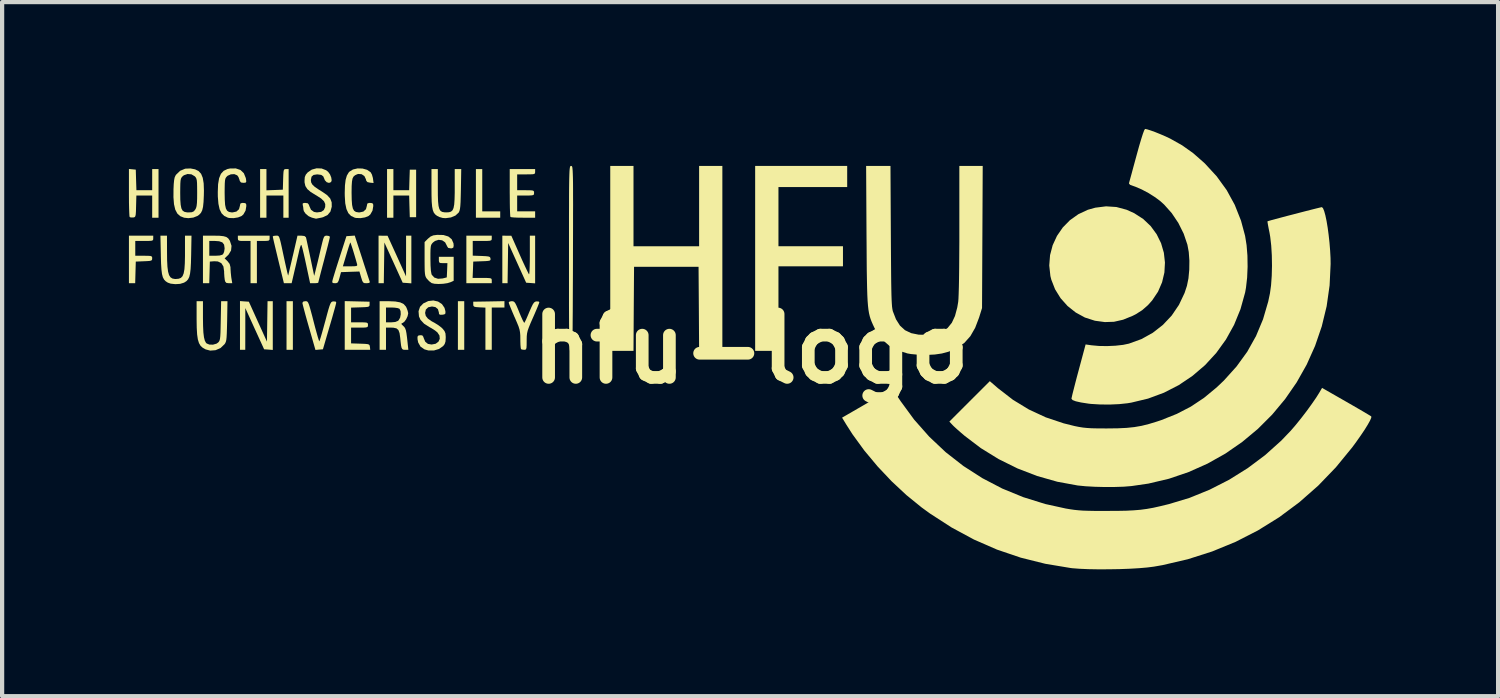
<source format=kicad_pcb>
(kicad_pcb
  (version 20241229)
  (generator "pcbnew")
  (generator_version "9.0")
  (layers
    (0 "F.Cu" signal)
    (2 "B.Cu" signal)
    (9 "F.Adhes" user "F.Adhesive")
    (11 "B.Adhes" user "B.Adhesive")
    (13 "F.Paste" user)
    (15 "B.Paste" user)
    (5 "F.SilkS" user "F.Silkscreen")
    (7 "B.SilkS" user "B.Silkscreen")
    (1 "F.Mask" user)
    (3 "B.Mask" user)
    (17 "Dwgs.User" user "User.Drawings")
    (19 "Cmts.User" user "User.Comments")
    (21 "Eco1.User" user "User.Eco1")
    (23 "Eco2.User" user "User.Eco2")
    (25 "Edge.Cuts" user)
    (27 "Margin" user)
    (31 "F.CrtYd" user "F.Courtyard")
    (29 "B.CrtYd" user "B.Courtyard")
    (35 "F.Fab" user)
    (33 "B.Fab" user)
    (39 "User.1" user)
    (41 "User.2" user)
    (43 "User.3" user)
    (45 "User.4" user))
  (footprint "hfu-logo"
    (layer "F.Cu")
    (at 14.714 5.2)
    (property "Reference" "hfu-logo" (at 0 0 180) (layer "F.SilkS") (effects (font (size 1.5 1.5) (thickness 0.3))))
    (attr board_only exclude_from_pos_files exclude_from_bom allow_missing_courtyard)
    (fp_poly (pts (xy -10.836 -0.55) (xy -10.836 0.025) (xy -10.911 0.025) (xy -10.986 0.025) (xy -10.986 -0.55) (xy -10.986 -1.125) (xy -10.911 -1.125) (xy -10.836 -1.125)) (stroke (width 0) (type solid)) (fill yes) (layer "F.SilkS"))
    (fp_poly (pts (xy -6.782 -0.55) (xy -6.782 0.025) (xy -6.857 0.025) (xy -6.932 0.025) (xy -6.932 -0.55) (xy -6.932 -1.125) (xy -6.857 -1.125) (xy -6.782 -1.125)) (stroke (width 0) (type solid)) (fill yes) (layer "F.SilkS"))
    (fp_poly (pts (xy -6.356 -3.75) (xy -6.356 -3.25) (xy -6.144 -3.25) (xy -5.931 -3.25) (xy -5.931 -3.175) (xy -5.931 -3.1) (xy -6.219 -3.1) (xy -6.506 -3.1) (xy -6.506 -3.675) (xy -6.506 -4.25) (xy -6.431 -4.25) (xy -6.356 -4.25)) (stroke (width 0) (type solid)) (fill yes) (layer "F.SilkS"))
    (fp_poly (pts (xy -5.831 -1.051) (xy -5.831 -0.975) (xy -5.981 -0.975) (xy -6.131 -0.975) (xy -6.131 -0.475) (xy -6.131 0.025) (xy -6.206 0.025) (xy -6.281 0.025) (xy -6.281 -0.474) (xy -6.281 -0.973) (xy -6.425 -0.98) (xy -6.506 -0.986) (xy -6.549 -0.997) (xy -6.566 -1.018) (xy -6.569 -1.05) (xy -6.569 -1.113) (xy -6.2 -1.119) (xy -5.831 -1.126)) (stroke (width 0) (type solid)) (fill yes) (layer "F.SilkS"))
    (fp_poly (pts (xy -11.982 -1.12) (xy -11.877 -1.113) (xy -11.663 -0.64) (xy -11.449 -0.168) (xy -11.442 -0.646) (xy -11.435 -1.125) (xy -11.373 -1.125) (xy -11.311 -1.125) (xy -11.311 -0.549) (xy -11.311 0.028) (xy -11.414 0.02) (xy -11.516 0.013) (xy -11.739 -0.475) (xy -11.961 -0.963) (xy -11.961 -0.469) (xy -11.962 0.025) (xy -12.024 0.025) (xy -12.087 0.025) (xy -12.087 -0.551) (xy -12.087 -1.128)) (stroke (width 0) (type solid)) (fill yes) (layer "F.SilkS"))
    (fp_poly (pts (xy -8.033 -2.111) (xy -8.033 -1.547) (xy -8.135 -1.555) (xy -8.238 -1.562) (xy -8.454 -2.038) (xy -8.671 -2.513) (xy -8.678 -2.031) (xy -8.685 -1.55) (xy -8.747 -1.55) (xy -8.809 -1.55) (xy -8.809 -2.112) (xy -8.809 -2.675) (xy -8.702 -2.674) (xy -8.596 -2.673) (xy -8.377 -2.193) (xy -8.159 -1.712) (xy -8.158 -2.194) (xy -8.158 -2.675) (xy -8.095 -2.675) (xy -8.033 -2.675)) (stroke (width 0) (type solid)) (fill yes) (layer "F.SilkS"))
    (fp_poly (pts (xy 2.277 -4.075) (xy 2.277 -3.825) (xy 1.464 -3.825) (xy 0.651 -3.825) (xy 0.651 -3.125) (xy 0.651 -2.425) (xy 1.414 -2.425) (xy 2.177 -2.425) (xy 2.177 -2.188) (xy 2.177 -1.95) (xy 1.414 -1.95) (xy 0.651 -1.95) (xy 0.651 -0.95) (xy 0.651 0.05) (xy 0.375 0.05) (xy 0.1 0.05) (xy 0.1 -2.138) (xy 0.1 -4.325) (xy 1.189 -4.325) (xy 2.277 -4.325)) (stroke (width 0) (type solid)) (fill yes) (layer "F.SilkS"))
    (fp_poly (pts (xy -11.386 -2.612) (xy -11.389 -2.578) (xy -11.407 -2.559) (xy -11.45 -2.552) (xy -11.531 -2.55) (xy -11.536 -2.55) (xy -11.687 -2.55) (xy -11.687 -2.05) (xy -11.687 -1.55) (xy -11.762 -1.55) (xy -11.837 -1.55) (xy -11.837 -2.05) (xy -11.837 -2.55) (xy -11.987 -2.55) (xy -12.07 -2.551) (xy -12.115 -2.559) (xy -12.133 -2.577) (xy -12.137 -2.61) (xy -12.137 -2.612) (xy -12.137 -2.675) (xy -11.762 -2.675) (xy -11.386 -2.675)) (stroke (width 0) (type solid)) (fill yes) (layer "F.SilkS"))
    (fp_poly (pts (xy -8.458 -4) (xy -8.458 -3.75) (xy -8.272 -3.75) (xy -8.085 -3.75) (xy -8.078 -3.994) (xy -8.07 -4.237) (xy -7.995 -4.237) (xy -7.92 -4.237) (xy -7.92 -3.675) (xy -7.92 -3.112) (xy -7.995 -3.112) (xy -8.07 -3.112) (xy -8.078 -3.369) (xy -8.085 -3.625) (xy -8.272 -3.625) (xy -8.458 -3.625) (xy -8.458 -3.362) (xy -8.458 -3.1) (xy -8.533 -3.1) (xy -8.608 -3.1) (xy -8.608 -3.675) (xy -8.608 -4.25) (xy -8.533 -4.25) (xy -8.458 -4.25)) (stroke (width 0) (type solid)) (fill yes) (layer "F.SilkS"))
    (fp_poly (pts (xy -2.778 -3.375) (xy -2.778 -2.425) (xy -2.002 -2.425) (xy -1.226 -2.425) (xy -1.226 -3.375) (xy -1.226 -4.325) (xy -0.951 -4.325) (xy -0.676 -4.325) (xy -0.676 -2.138) (xy -0.676 0.05) (xy -0.951 0.05) (xy -1.226 0.05) (xy -1.232 -0.944) (xy -1.239 -1.938) (xy -2.002 -1.938) (xy -2.765 -1.938) (xy -2.772 -0.944) (xy -2.778 0.05) (xy -3.053 0.05) (xy -3.328 0.05) (xy -3.328 -2.138) (xy -3.328 -4.325) (xy -3.053 -4.325) (xy -2.778 -4.325)) (stroke (width 0) (type solid)) (fill yes) (layer "F.SilkS"))
    (fp_poly (pts (xy -11.461 -3.999) (xy -11.461 -3.748) (xy -11.267 -3.755) (xy -11.073 -3.763) (xy -11.066 -4.006) (xy -11.062 -4.118) (xy -11.057 -4.189) (xy -11.048 -4.228) (xy -11.033 -4.246) (xy -11.008 -4.25) (xy -10.997 -4.25) (xy -10.936 -4.25) (xy -10.936 -3.675) (xy -10.936 -3.1) (xy -10.998 -3.1) (xy -11.061 -3.1) (xy -11.061 -3.362) (xy -11.061 -3.625) (xy -11.261 -3.625) (xy -11.461 -3.625) (xy -11.461 -3.362) (xy -11.461 -3.1) (xy -11.536 -3.1) (xy -11.611 -3.1) (xy -11.611 -3.675) (xy -11.611 -4.25) (xy -11.536 -4.25) (xy -11.461 -4.25)) (stroke (width 0) (type solid)) (fill yes) (layer "F.SilkS"))
    (fp_poly (pts (xy -14.139 -2.612) (xy -14.141 -2.582) (xy -14.153 -2.564) (xy -14.186 -2.554) (xy -14.249 -2.551) (xy -14.352 -2.55) (xy -14.564 -2.55) (xy -14.564 -2.375) (xy -14.564 -2.2) (xy -14.364 -2.2) (xy -14.265 -2.199) (xy -14.205 -2.195) (xy -14.176 -2.184) (xy -14.165 -2.164) (xy -14.164 -2.139) (xy -14.167 -2.108) (xy -14.181 -2.089) (xy -14.219 -2.078) (xy -14.289 -2.073) (xy -14.358 -2.07) (xy -14.552 -2.062) (xy -14.559 -1.806) (xy -14.566 -1.55) (xy -14.64 -1.55) (xy -14.714 -1.55) (xy -14.714 -2.112) (xy -14.714 -2.675) (xy -14.427 -2.675) (xy -14.139 -2.675)) (stroke (width 0) (type solid)) (fill yes) (layer "F.SilkS"))
    (fp_poly (pts (xy -5.105 -2.111) (xy -5.105 -1.547) (xy -5.211 -1.555) (xy -5.317 -1.562) (xy -5.53 -2.032) (xy -5.743 -2.502) (xy -5.75 -2.026) (xy -5.757 -1.55) (xy -5.819 -1.55) (xy -5.881 -1.55) (xy -5.881 -2.112) (xy -5.881 -2.675) (xy -5.774 -2.674) (xy -5.668 -2.674) (xy -5.468 -2.222) (xy -5.406 -2.083) (xy -5.349 -1.96) (xy -5.302 -1.861) (xy -5.268 -1.792) (xy -5.25 -1.76) (xy -5.249 -1.759) (xy -5.243 -1.779) (xy -5.238 -1.841) (xy -5.234 -1.938) (xy -5.231 -2.063) (xy -5.23 -2.208) (xy -5.23 -2.211) (xy -5.23 -2.675) (xy -5.168 -2.675) (xy -5.105 -2.675)) (stroke (width 0) (type solid)) (fill yes) (layer "F.SilkS"))
    (fp_poly (pts (xy -14.633 -4.245) (xy -14.552 -4.237) (xy -14.545 -3.994) (xy -14.537 -3.75) (xy -14.351 -3.75) (xy -14.164 -3.75) (xy -14.164 -4) (xy -14.164 -4.25) (xy -14.089 -4.25) (xy -14.014 -4.25) (xy -14.014 -3.675) (xy -14.014 -3.1) (xy -14.089 -3.1) (xy -14.164 -3.1) (xy -14.164 -3.362) (xy -14.164 -3.625) (xy -14.351 -3.625) (xy -14.538 -3.625) (xy -14.545 -3.369) (xy -14.548 -3.254) (xy -14.553 -3.179) (xy -14.562 -3.136) (xy -14.577 -3.115) (xy -14.6 -3.107) (xy -14.615 -3.105) (xy -14.67 -3.106) (xy -14.697 -3.116) (xy -14.702 -3.145) (xy -14.706 -3.216) (xy -14.71 -3.323) (xy -14.713 -3.458) (xy -14.714 -3.614) (xy -14.714 -3.693) (xy -14.714 -4.253)) (stroke (width 0) (type solid)) (fill yes) (layer "F.SilkS"))
    (fp_poly (pts (xy -9.315 -1.12) (xy -9.021 -1.113) (xy -9.021 -1.05) (xy -9.023 -1.02) (xy -9.036 -1.001) (xy -9.07 -0.99) (xy -9.133 -0.984) (xy -9.237 -0.98) (xy -9.24 -0.98) (xy -9.459 -0.973) (xy -9.459 -0.799) (xy -9.459 -0.625) (xy -9.259 -0.625) (xy -9.16 -0.624) (xy -9.1 -0.62) (xy -9.071 -0.609) (xy -9.06 -0.589) (xy -9.059 -0.562) (xy -9.061 -0.532) (xy -9.074 -0.513) (xy -9.109 -0.504) (xy -9.175 -0.5) (xy -9.259 -0.5) (xy -9.459 -0.5) (xy -9.459 -0.313) (xy -9.459 -0.127) (xy -9.24 -0.12) (xy -9.135 -0.116) (xy -9.071 -0.11) (xy -9.035 -0.099) (xy -9.02 -0.079) (xy -9.014 -0.048) (xy -9.013 -0.044) (xy -9.006 0.025) (xy -9.308 0.025) (xy -9.609 0.025) (xy -9.609 -0.551) (xy -9.609 -1.127)) (stroke (width 0) (type solid)) (fill yes) (layer "F.SilkS"))
    (fp_poly (pts (xy -6.131 -2.612) (xy -6.133 -2.583) (xy -6.145 -2.565) (xy -6.176 -2.555) (xy -6.237 -2.551) (xy -6.336 -2.55) (xy -6.356 -2.55) (xy -6.581 -2.55) (xy -6.581 -2.376) (xy -6.581 -2.202) (xy -6.375 -2.195) (xy -6.273 -2.19) (xy -6.211 -2.183) (xy -6.178 -2.171) (xy -6.164 -2.15) (xy -6.161 -2.132) (xy -6.16 -2.105) (xy -6.173 -2.088) (xy -6.21 -2.079) (xy -6.279 -2.073) (xy -6.361 -2.07) (xy -6.569 -2.062) (xy -6.576 -1.869) (xy -6.584 -1.675) (xy -6.357 -1.675) (xy -6.25 -1.675) (xy -6.184 -1.671) (xy -6.148 -1.663) (xy -6.134 -1.646) (xy -6.131 -1.618) (xy -6.131 -1.613) (xy -6.131 -1.55) (xy -6.431 -1.55) (xy -6.732 -1.55) (xy -6.732 -2.112) (xy -6.732 -2.675) (xy -6.431 -2.675) (xy -6.131 -2.675)) (stroke (width 0) (type solid)) (fill yes) (layer "F.SilkS"))
    (fp_poly (pts (xy 8.645 -3.353) (xy 8.884 -3.289) (xy 9.065 -3.208) (xy 9.279 -3.07) (xy 9.457 -2.901) (xy 9.598 -2.708) (xy 9.702 -2.497) (xy 9.768 -2.271) (xy 9.794 -2.039) (xy 9.781 -1.804) (xy 9.726 -1.572) (xy 9.63 -1.35) (xy 9.491 -1.143) (xy 9.393 -1.033) (xy 9.256 -0.913) (xy 9.105 -0.817) (xy 9.03 -0.779) (xy 8.804 -0.687) (xy 8.588 -0.638) (xy 8.372 -0.631) (xy 8.142 -0.662) (xy 8.133 -0.664) (xy 7.9 -0.739) (xy 7.684 -0.857) (xy 7.49 -1.011) (xy 7.325 -1.196) (xy 7.195 -1.406) (xy 7.106 -1.633) (xy 7.084 -1.72) (xy 7.057 -1.97) (xy 7.076 -2.215) (xy 7.138 -2.45) (xy 7.24 -2.67) (xy 7.377 -2.869) (xy 7.547 -3.042) (xy 7.746 -3.183) (xy 7.971 -3.288) (xy 8.146 -3.337) (xy 8.401 -3.369)) (stroke (width 0) (type solid)) (fill yes) (layer "F.SilkS"))
    (fp_poly (pts (xy -5.105 -4.188) (xy -5.107 -4.157) (xy -5.119 -4.139) (xy -5.152 -4.129) (xy -5.216 -4.126) (xy -5.318 -4.125) (xy -5.53 -4.125) (xy -5.53 -3.938) (xy -5.53 -3.75) (xy -5.33 -3.75) (xy -5.231 -3.749) (xy -5.172 -3.745) (xy -5.142 -3.734) (xy -5.131 -3.714) (xy -5.13 -3.688) (xy -5.132 -3.657) (xy -5.145 -3.638) (xy -5.18 -3.629) (xy -5.246 -3.625) (xy -5.33 -3.625) (xy -5.53 -3.625) (xy -5.53 -3.438) (xy -5.53 -3.25) (xy -5.318 -3.25) (xy -5.105 -3.25) (xy -5.105 -3.175) (xy -5.105 -3.1) (xy -5.389 -3.1) (xy -5.503 -3.101) (xy -5.599 -3.105) (xy -5.664 -3.111) (xy -5.689 -3.117) (xy -5.694 -3.145) (xy -5.698 -3.217) (xy -5.702 -3.324) (xy -5.704 -3.458) (xy -5.705 -3.613) (xy -5.706 -3.692) (xy -5.706 -4.25) (xy -5.405 -4.25) (xy -5.105 -4.25)) (stroke (width 0) (type solid)) (fill yes) (layer "F.SilkS"))
    (fp_poly (pts (xy -13.813 -2.294) (xy -13.811 -2.094) (xy -13.803 -1.939) (xy -13.788 -1.824) (xy -13.765 -1.743) (xy -13.731 -1.69) (xy -13.685 -1.661) (xy -13.625 -1.65) (xy -13.607 -1.65) (xy -13.538 -1.656) (xy -13.485 -1.676) (xy -13.446 -1.717) (xy -13.419 -1.784) (xy -13.401 -1.883) (xy -13.392 -2.018) (xy -13.388 -2.196) (xy -13.388 -2.266) (xy -13.388 -2.675) (xy -13.311 -2.675) (xy -13.234 -2.675) (xy -13.242 -2.219) (xy -13.247 -2.031) (xy -13.255 -1.886) (xy -13.268 -1.778) (xy -13.287 -1.698) (xy -13.315 -1.642) (xy -13.353 -1.6) (xy -13.403 -1.568) (xy -13.412 -1.563) (xy -13.504 -1.535) (xy -13.616 -1.528) (xy -13.726 -1.54) (xy -13.795 -1.564) (xy -13.845 -1.597) (xy -13.883 -1.637) (xy -13.912 -1.692) (xy -13.932 -1.769) (xy -13.945 -1.875) (xy -13.954 -2.016) (xy -13.959 -2.199) (xy -13.959 -2.219) (xy -13.969 -2.675) (xy -13.891 -2.675) (xy -13.814 -2.675)) (stroke (width 0) (type solid)) (fill yes) (layer "F.SilkS"))
    (fp_poly (pts (xy -12.963 -0.731) (xy -12.96 -0.536) (xy -12.953 -0.385) (xy -12.939 -0.272) (xy -12.919 -0.193) (xy -12.892 -0.142) (xy -12.875 -0.125) (xy -12.809 -0.098) (xy -12.725 -0.097) (xy -12.643 -0.12) (xy -12.603 -0.148) (xy -12.584 -0.17) (xy -12.57 -0.197) (xy -12.56 -0.237) (xy -12.553 -0.298) (xy -12.548 -0.387) (xy -12.545 -0.512) (xy -12.542 -0.663) (xy -12.533 -1.125) (xy -12.458 -1.125) (xy -12.383 -1.125) (xy -12.391 -0.652) (xy -12.395 -0.485) (xy -12.399 -0.36) (xy -12.404 -0.27) (xy -12.411 -0.207) (xy -12.422 -0.163) (xy -12.437 -0.13) (xy -12.452 -0.108) (xy -12.547 -0.017) (xy -12.664 0.034) (xy -12.791 0.044) (xy -12.9 0.015) (xy -12.967 -0.022) (xy -13.019 -0.069) (xy -13.057 -0.134) (xy -13.084 -0.222) (xy -13.101 -0.341) (xy -13.11 -0.496) (xy -13.113 -0.693) (xy -13.113 -0.719) (xy -13.113 -1.125) (xy -13.038 -1.125) (xy -12.963 -1.125)) (stroke (width 0) (type solid)) (fill yes) (layer "F.SilkS"))
    (fp_poly (pts (xy -7.407 -3.811) (xy -7.406 -3.624) (xy -7.401 -3.482) (xy -7.39 -3.378) (xy -7.371 -3.307) (xy -7.343 -3.261) (xy -7.303 -3.237) (xy -7.248 -3.227) (xy -7.207 -3.226) (xy -7.143 -3.229) (xy -7.095 -3.244) (xy -7.059 -3.276) (xy -7.035 -3.33) (xy -7.019 -3.414) (xy -7.011 -3.532) (xy -7.007 -3.69) (xy -7.007 -3.811) (xy -7.007 -4.25) (xy -6.93 -4.25) (xy -6.853 -4.25) (xy -6.861 -3.769) (xy -6.865 -3.597) (xy -6.869 -3.468) (xy -6.875 -3.375) (xy -6.883 -3.309) (xy -6.894 -3.263) (xy -6.908 -3.231) (xy -6.914 -3.221) (xy -6.99 -3.151) (xy -7.097 -3.106) (xy -7.222 -3.089) (xy -7.292 -3.094) (xy -7.37 -3.116) (xy -7.427 -3.145) (xy -7.47 -3.179) (xy -7.503 -3.222) (xy -7.526 -3.282) (xy -7.542 -3.365) (xy -7.552 -3.478) (xy -7.556 -3.628) (xy -7.557 -3.799) (xy -7.557 -4.25) (xy -7.482 -4.25) (xy -7.407 -4.25)) (stroke (width 0) (type solid)) (fill yes) (layer "F.SilkS"))
    (fp_poly (pts (xy -10.516 -1.124) (xy -10.496 -1.117) (xy -10.478 -1.096) (xy -10.46 -1.057) (xy -10.439 -0.993) (xy -10.412 -0.897) (xy -10.376 -0.764) (xy -10.347 -0.65) (xy -10.309 -0.504) (xy -10.274 -0.377) (xy -10.245 -0.274) (xy -10.223 -0.205) (xy -10.212 -0.176) (xy -10.211 -0.175) (xy -10.201 -0.198) (xy -10.18 -0.262) (xy -10.151 -0.36) (xy -10.116 -0.484) (xy -10.077 -0.627) (xy -10.072 -0.644) (xy -10.029 -0.805) (xy -9.996 -0.925) (xy -9.97 -1.009) (xy -9.949 -1.064) (xy -9.931 -1.096) (xy -9.912 -1.112) (xy -9.89 -1.119) (xy -9.878 -1.12) (xy -9.824 -1.116) (xy -9.81 -1.095) (xy -9.816 -1.063) (xy -9.835 -0.989) (xy -9.865 -0.883) (xy -9.902 -0.75) (xy -9.946 -0.599) (xy -9.968 -0.525) (xy -10.125 0.013) (xy -10.214 0.02) (xy -10.302 0.028) (xy -10.456 -0.51) (xy -10.501 -0.668) (xy -10.541 -0.811) (xy -10.573 -0.932) (xy -10.597 -1.023) (xy -10.609 -1.076) (xy -10.61 -1.087) (xy -10.588 -1.117) (xy -10.54 -1.125)) (stroke (width 0) (type solid)) (fill yes) (layer "F.SilkS"))
    (fp_poly (pts (xy -12.574 -2.673) (xy -12.478 -2.663) (xy -12.411 -2.644) (xy -12.366 -2.612) (xy -12.332 -2.563) (xy -12.325 -2.551) (xy -12.287 -2.434) (xy -12.298 -2.325) (xy -12.356 -2.229) (xy -12.368 -2.216) (xy -12.45 -2.138) (xy -12.381 -2.07) (xy -12.332 -2.007) (xy -12.312 -1.931) (xy -12.311 -1.895) (xy -12.305 -1.8) (xy -12.294 -1.695) (xy -12.29 -1.669) (xy -12.27 -1.55) (xy -12.35 -1.55) (xy -12.408 -1.557) (xy -12.436 -1.588) (xy -12.447 -1.628) (xy -12.456 -1.702) (xy -12.462 -1.795) (xy -12.462 -1.829) (xy -12.479 -1.946) (xy -12.528 -2.024) (xy -12.61 -2.065) (xy -12.694 -2.07) (xy -12.8 -2.062) (xy -12.807 -1.806) (xy -12.814 -1.55) (xy -12.889 -1.55) (xy -12.963 -1.55) (xy -12.963 -2.112) (xy -12.963 -2.375) (xy -12.813 -2.375) (xy -12.813 -2.2) (xy -12.666 -2.2) (xy -12.566 -2.206) (xy -12.505 -2.224) (xy -12.485 -2.241) (xy -12.463 -2.291) (xy -12.451 -2.365) (xy -12.451 -2.381) (xy -12.463 -2.463) (xy -12.504 -2.516) (xy -12.58 -2.543) (xy -12.68 -2.55) (xy -12.813 -2.55) (xy -12.813 -2.375) (xy -12.963 -2.375) (xy -12.963 -2.675) (xy -12.711 -2.675)) (stroke (width 0) (type solid)) (fill yes) (layer "F.SilkS"))
    (fp_poly (pts (xy -9.199 -2.145) (xy -9.149 -1.989) (xy -9.103 -1.848) (xy -9.065 -1.73) (xy -9.036 -1.642) (xy -9.019 -1.59) (xy -9.016 -1.581) (xy -9.027 -1.558) (xy -9.085 -1.55) (xy -9.093 -1.55) (xy -9.143 -1.553) (xy -9.174 -1.569) (xy -9.196 -1.61) (xy -9.22 -1.687) (xy -9.221 -1.688) (xy -9.261 -1.827) (xy -9.479 -1.82) (xy -9.697 -1.812) (xy -9.732 -1.681) (xy -9.755 -1.605) (xy -9.777 -1.566) (xy -9.809 -1.552) (xy -9.84 -1.55) (xy -9.891 -1.555) (xy -9.905 -1.579) (xy -9.898 -1.619) (xy -9.886 -1.663) (xy -9.861 -1.746) (xy -9.826 -1.861) (xy -9.798 -1.95) (xy -9.653 -1.95) (xy -9.478 -1.95) (xy -9.386 -1.951) (xy -9.335 -1.957) (xy -9.315 -1.97) (xy -9.315 -1.993) (xy -9.315 -1.994) (xy -9.348 -2.112) (xy -9.383 -2.231) (xy -9.416 -2.34) (xy -9.445 -2.429) (xy -9.466 -2.491) (xy -9.477 -2.515) (xy -9.478 -2.515) (xy -9.488 -2.488) (xy -9.51 -2.424) (xy -9.539 -2.331) (xy -9.57 -2.228) (xy -9.653 -1.95) (xy -9.798 -1.95) (xy -9.783 -1.997) (xy -9.735 -2.147) (xy -9.726 -2.175) (xy -9.569 -2.663) (xy -9.471 -2.67) (xy -9.372 -2.677)) (stroke (width 0) (type solid)) (fill yes) (layer "F.SilkS"))
    (fp_poly (pts (xy -5.626 -1.122) (xy -5.6 -1.109) (xy -5.575 -1.077) (xy -5.545 -1.018) (xy -5.505 -0.924) (xy -5.48 -0.861) (xy -5.437 -0.759) (xy -5.4 -0.677) (xy -5.372 -0.626) (xy -5.359 -0.613) (xy -5.344 -0.641) (xy -5.314 -0.704) (xy -5.275 -0.794) (xy -5.243 -0.87) (xy -5.195 -0.98) (xy -5.16 -1.051) (xy -5.131 -1.093) (xy -5.103 -1.113) (xy -5.073 -1.12) (xy -5.024 -1.118) (xy -5.005 -1.102) (xy -5.015 -1.071) (xy -5.041 -1.004) (xy -5.081 -0.908) (xy -5.131 -0.792) (xy -5.155 -0.738) (xy -5.214 -0.604) (xy -5.254 -0.505) (xy -5.281 -0.429) (xy -5.296 -0.363) (xy -5.303 -0.298) (xy -5.305 -0.221) (xy -5.305 -0.187) (xy -5.306 -0.084) (xy -5.31 -0.021) (xy -5.32 0.011) (xy -5.338 0.023) (xy -5.364 0.025) (xy -5.416 0.019) (xy -5.439 0.008) (xy -5.446 -0.023) (xy -5.452 -0.091) (xy -5.455 -0.184) (xy -5.455 -0.225) (xy -5.456 -0.315) (xy -5.462 -0.387) (xy -5.474 -0.453) (xy -5.497 -0.527) (xy -5.535 -0.62) (xy -5.589 -0.745) (xy -5.593 -0.752) (xy -5.643 -0.869) (xy -5.685 -0.97) (xy -5.715 -1.047) (xy -5.73 -1.09) (xy -5.73 -1.094) (xy -5.709 -1.117) (xy -5.658 -1.125)) (stroke (width 0) (type solid)) (fill yes) (layer "F.SilkS"))
    (fp_poly (pts (xy -12.076 -4.229) (xy -11.996 -4.153) (xy -11.95 -4.04) (xy -11.945 -4.015) (xy -11.938 -3.956) (xy -11.951 -3.931) (xy -11.993 -3.925) (xy -12.007 -3.925) (xy -12.063 -3.933) (xy -12.091 -3.969) (xy -12.099 -3.998) (xy -12.123 -4.062) (xy -12.152 -4.102) (xy -12.221 -4.131) (xy -12.304 -4.126) (xy -12.38 -4.092) (xy -12.395 -4.078) (xy -12.417 -4.053) (xy -12.433 -4.022) (xy -12.442 -3.976) (xy -12.447 -3.907) (xy -12.449 -3.805) (xy -12.45 -3.692) (xy -12.447 -3.526) (xy -12.439 -3.404) (xy -12.421 -3.32) (xy -12.392 -3.266) (xy -12.348 -3.237) (xy -12.289 -3.226) (xy -12.263 -3.225) (xy -12.171 -3.245) (xy -12.11 -3.301) (xy -12.087 -3.387) (xy -12.087 -3.393) (xy -12.078 -3.434) (xy -12.04 -3.449) (xy -12.012 -3.45) (xy -11.959 -3.444) (xy -11.939 -3.415) (xy -11.937 -3.376) (xy -11.955 -3.268) (xy -12.006 -3.178) (xy -12.048 -3.141) (xy -12.131 -3.107) (xy -12.236 -3.09) (xy -12.338 -3.093) (xy -12.372 -3.1) (xy -12.458 -3.141) (xy -12.523 -3.205) (xy -12.569 -3.3) (xy -12.597 -3.429) (xy -12.611 -3.599) (xy -12.612 -3.707) (xy -12.605 -3.892) (xy -12.581 -4.034) (xy -12.538 -4.138) (xy -12.473 -4.209) (xy -12.385 -4.251) (xy -12.324 -4.264) (xy -12.186 -4.266)) (stroke (width 0) (type solid)) (fill yes) (layer "F.SilkS"))
    (fp_poly (pts (xy -9.188 -4.263) (xy -9.08 -4.233) (xy -8.998 -4.177) (xy -8.997 -4.176) (xy -8.966 -4.121) (xy -8.944 -4.044) (xy -8.941 -4.025) (xy -8.927 -3.921) (xy -9.011 -3.929) (xy -9.072 -3.942) (xy -9.1 -3.975) (xy -9.109 -4.012) (xy -9.144 -4.085) (xy -9.209 -4.129) (xy -9.288 -4.135) (xy -9.314 -4.128) (xy -9.365 -4.104) (xy -9.401 -4.073) (xy -9.425 -4.026) (xy -9.438 -3.954) (xy -9.445 -3.85) (xy -9.447 -3.705) (xy -9.447 -3.689) (xy -9.444 -3.524) (xy -9.435 -3.402) (xy -9.417 -3.318) (xy -9.388 -3.265) (xy -9.344 -3.236) (xy -9.283 -3.226) (xy -9.26 -3.225) (xy -9.168 -3.245) (xy -9.107 -3.301) (xy -9.084 -3.387) (xy -9.084 -3.393) (xy -9.075 -3.434) (xy -9.037 -3.449) (xy -9.009 -3.45) (xy -8.956 -3.444) (xy -8.936 -3.415) (xy -8.934 -3.376) (xy -8.952 -3.268) (xy -9.003 -3.178) (xy -9.045 -3.141) (xy -9.129 -3.107) (xy -9.236 -3.09) (xy -9.34 -3.094) (xy -9.373 -3.101) (xy -9.46 -3.142) (xy -9.524 -3.208) (xy -9.569 -3.306) (xy -9.597 -3.44) (xy -9.608 -3.615) (xy -9.609 -3.688) (xy -9.604 -3.863) (xy -9.588 -3.996) (xy -9.559 -4.096) (xy -9.516 -4.169) (xy -9.498 -4.189) (xy -9.414 -4.241) (xy -9.305 -4.266)) (stroke (width 0) (type solid)) (fill yes) (layer "F.SilkS"))
    (fp_poly (pts (xy -8.413 -1.118) (xy -8.297 -1.097) (xy -8.216 -1.058) (xy -8.162 -0.998) (xy -8.145 -0.964) (xy -8.12 -0.896) (xy -8.108 -0.841) (xy -8.108 -0.836) (xy -8.122 -0.77) (xy -8.156 -0.697) (xy -8.2 -0.638) (xy -8.237 -0.611) (xy -8.267 -0.598) (xy -8.265 -0.579) (xy -8.227 -0.541) (xy -8.224 -0.538) (xy -8.197 -0.511) (xy -8.178 -0.479) (xy -8.162 -0.434) (xy -8.149 -0.367) (xy -8.136 -0.269) (xy -8.121 -0.131) (xy -8.12 -0.119) (xy -8.104 0.025) (xy -8.181 0.025) (xy -8.22 0.023) (xy -8.246 0.01) (xy -8.264 -0.021) (xy -8.277 -0.08) (xy -8.288 -0.174) (xy -8.296 -0.256) (xy -8.312 -0.37) (xy -8.339 -0.442) (xy -8.385 -0.482) (xy -8.458 -0.498) (xy -8.51 -0.5) (xy -8.633 -0.5) (xy -8.633 -0.237) (xy -8.633 0.025) (xy -8.709 0.025) (xy -8.784 0.025) (xy -8.784 -0.55) (xy -8.784 -0.8) (xy -8.633 -0.8) (xy -8.633 -0.625) (xy -8.508 -0.625) (xy -8.414 -0.633) (xy -8.351 -0.659) (xy -8.333 -0.675) (xy -8.299 -0.735) (xy -8.284 -0.814) (xy -8.288 -0.892) (xy -8.313 -0.945) (xy -8.353 -0.961) (xy -8.425 -0.972) (xy -8.488 -0.975) (xy -8.633 -0.975) (xy -8.633 -0.8) (xy -8.784 -0.8) (xy -8.784 -1.125) (xy -8.57 -1.125)) (stroke (width 0) (type solid)) (fill yes) (layer "F.SilkS"))
    (fp_poly (pts (xy -7.402 -1.117) (xy -7.31 -1.057) (xy -7.249 -0.968) (xy -7.227 -0.887) (xy -7.227 -0.835) (xy -7.252 -0.813) (xy -7.301 -0.805) (xy -7.357 -0.804) (xy -7.379 -0.824) (xy -7.382 -0.859) (xy -7.404 -0.936) (xy -7.463 -0.985) (xy -7.545 -1) (xy -7.634 -0.981) (xy -7.69 -0.928) (xy -7.708 -0.848) (xy -7.692 -0.777) (xy -7.642 -0.713) (xy -7.551 -0.649) (xy -7.489 -0.616) (xy -7.403 -0.563) (xy -7.322 -0.502) (xy -7.295 -0.476) (xy -7.249 -0.419) (xy -7.226 -0.362) (xy -7.22 -0.282) (xy -7.22 -0.263) (xy -7.225 -0.172) (xy -7.245 -0.111) (xy -7.28 -0.064) (xy -7.378 0.005) (xy -7.499 0.041) (xy -7.629 0.041) (xy -7.724 0.014) (xy -7.817 -0.051) (xy -7.872 -0.149) (xy -7.887 -0.225) (xy -7.888 -0.284) (xy -7.87 -0.311) (xy -7.827 -0.32) (xy -7.776 -0.317) (xy -7.75 -0.283) (xy -7.743 -0.258) (xy -7.704 -0.166) (xy -7.641 -0.115) (xy -7.554 -0.1) (xy -7.458 -0.118) (xy -7.392 -0.167) (xy -7.361 -0.235) (xy -7.368 -0.313) (xy -7.417 -0.387) (xy -7.474 -0.433) (xy -7.554 -0.484) (xy -7.598 -0.508) (xy -7.732 -0.593) (xy -7.818 -0.686) (xy -7.853 -0.765) (xy -7.863 -0.887) (xy -7.828 -0.992) (xy -7.749 -1.073) (xy -7.633 -1.128) (xy -7.513 -1.142)) (stroke (width 0) (type solid)) (fill yes) (layer "F.SilkS"))
    (fp_poly (pts (xy -13.149 -4.244) (xy -13.067 -4.204) (xy -13.007 -4.139) (xy -12.968 -4.044) (xy -12.946 -3.913) (xy -12.94 -3.743) (xy -12.942 -3.63) (xy -12.949 -3.473) (xy -12.961 -3.357) (xy -12.981 -3.274) (xy -13.011 -3.214) (xy -13.055 -3.168) (xy -13.094 -3.141) (xy -13.191 -3.103) (xy -13.308 -3.089) (xy -13.409 -3.1) (xy -13.5 -3.136) (xy -13.569 -3.198) (xy -13.618 -3.291) (xy -13.648 -3.419) (xy -13.661 -3.586) (xy -13.66 -3.692) (xy -13.501 -3.692) (xy -13.499 -3.527) (xy -13.49 -3.406) (xy -13.473 -3.321) (xy -13.444 -3.267) (xy -13.4 -3.238) (xy -13.339 -3.226) (xy -13.301 -3.225) (xy -13.225 -3.23) (xy -13.178 -3.252) (xy -13.145 -3.293) (xy -13.126 -3.329) (xy -13.113 -3.378) (xy -13.105 -3.449) (xy -13.101 -3.551) (xy -13.1 -3.692) (xy -13.101 -3.828) (xy -13.103 -3.923) (xy -13.109 -3.986) (xy -13.12 -4.028) (xy -13.137 -4.058) (xy -13.156 -4.079) (xy -13.235 -4.126) (xy -13.327 -4.134) (xy -13.414 -4.104) (xy -13.445 -4.079) (xy -13.468 -4.053) (xy -13.483 -4.023) (xy -13.493 -3.978) (xy -13.498 -3.91) (xy -13.5 -3.809) (xy -13.501 -3.692) (xy -13.66 -3.692) (xy -13.66 -3.769) (xy -13.654 -3.898) (xy -13.645 -3.988) (xy -13.633 -4.05) (xy -13.613 -4.095) (xy -13.599 -4.117) (xy -13.502 -4.21) (xy -13.382 -4.26) (xy -13.258 -4.265)) (stroke (width 0) (type solid)) (fill yes) (layer "F.SilkS"))
    (fp_poly (pts (xy -7.275 -2.691) (xy -7.159 -2.656) (xy -7.079 -2.591) (xy -7.037 -2.496) (xy -7.032 -2.439) (xy -7.04 -2.393) (xy -7.075 -2.376) (xy -7.104 -2.375) (xy -7.162 -2.386) (xy -7.189 -2.427) (xy -7.192 -2.436) (xy -7.234 -2.517) (xy -7.304 -2.565) (xy -7.388 -2.577) (xy -7.473 -2.55) (xy -7.521 -2.514) (xy -7.546 -2.486) (xy -7.564 -2.456) (xy -7.574 -2.414) (xy -7.58 -2.35) (xy -7.582 -2.254) (xy -7.582 -2.132) (xy -7.579 -1.969) (xy -7.571 -1.846) (xy -7.557 -1.768) (xy -7.55 -1.75) (xy -7.491 -1.685) (xy -7.402 -1.655) (xy -7.292 -1.663) (xy -7.289 -1.664) (xy -7.195 -1.688) (xy -7.187 -1.856) (xy -7.18 -2.025) (xy -7.281 -2.025) (xy -7.346 -2.028) (xy -7.375 -2.044) (xy -7.382 -2.083) (xy -7.382 -2.1) (xy -7.382 -2.175) (xy -7.207 -2.175) (xy -7.032 -2.175) (xy -7.032 -1.892) (xy -7.032 -1.608) (xy -7.101 -1.576) (xy -7.179 -1.552) (xy -7.28 -1.537) (xy -7.389 -1.532) (xy -7.485 -1.537) (xy -7.552 -1.553) (xy -7.555 -1.555) (xy -7.613 -1.599) (xy -7.667 -1.658) (xy -7.668 -1.658) (xy -7.688 -1.689) (xy -7.702 -1.724) (xy -7.711 -1.772) (xy -7.717 -1.843) (xy -7.719 -1.944) (xy -7.72 -2.084) (xy -7.72 -2.126) (xy -7.72 -2.524) (xy -7.64 -2.604) (xy -7.58 -2.654) (xy -7.514 -2.682) (xy -7.424 -2.694)) (stroke (width 0) (type solid)) (fill yes) (layer "F.SilkS"))
    (fp_poly (pts (xy -4.245 -4.324) (xy -4.238 -4.32) (xy -4.231 -4.31) (xy -4.225 -4.29) (xy -4.221 -4.257) (xy -4.217 -4.209) (xy -4.214 -4.142) (xy -4.211 -4.053) (xy -4.209 -3.939) (xy -4.208 -3.797) (xy -4.208 -3.624) (xy -4.207 -3.417) (xy -4.208 -3.172) (xy -4.208 -2.887) (xy -4.209 -2.559) (xy -4.21 -2.184) (xy -4.21 -2.132) (xy -4.211 -1.75) (xy -4.213 -1.415) (xy -4.214 -1.124) (xy -4.215 -0.873) (xy -4.217 -0.66) (xy -4.218 -0.482) (xy -4.221 -0.336) (xy -4.223 -0.218) (xy -4.226 -0.125) (xy -4.23 -0.055) (xy -4.234 -0.004) (xy -4.239 0.031) (xy -4.245 0.053) (xy -4.251 0.065) (xy -4.258 0.07) (xy -4.26 0.07) (xy -4.268 0.07) (xy -4.275 0.063) (xy -4.281 0.047) (xy -4.286 0.018) (xy -4.29 -0.025) (xy -4.293 -0.088) (xy -4.296 -0.171) (xy -4.299 -0.28) (xy -4.3 -0.416) (xy -4.302 -0.582) (xy -4.303 -0.782) (xy -4.304 -1.019) (xy -4.304 -1.296) (xy -4.304 -1.615) (xy -4.304 -1.98) (xy -4.304 -2.123) (xy -4.304 -2.505) (xy -4.304 -2.84) (xy -4.304 -3.131) (xy -4.303 -3.381) (xy -4.303 -3.594) (xy -4.302 -3.772) (xy -4.3 -3.919) (xy -4.298 -4.037) (xy -4.295 -4.129) (xy -4.292 -4.2) (xy -4.288 -4.251) (xy -4.283 -4.286) (xy -4.278 -4.307) (xy -4.271 -4.319) (xy -4.264 -4.324) (xy -4.255 -4.325) (xy -4.254 -4.325)) (stroke (width 0) (type solid)) (fill yes) (layer "F.SilkS"))
    (fp_poly (pts (xy -10.155 -4.264) (xy -10.049 -4.223) (xy -10.002 -4.186) (xy -9.957 -4.124) (xy -9.928 -4.051) (xy -9.918 -3.984) (xy -9.932 -3.943) (xy -9.981 -3.923) (xy -10.036 -3.94) (xy -10.079 -3.986) (xy -10.088 -4.01) (xy -10.117 -4.078) (xy -10.166 -4.113) (xy -10.248 -4.124) (xy -10.261 -4.125) (xy -10.347 -4.112) (xy -10.394 -4.071) (xy -10.41 -3.994) (xy -10.41 -3.987) (xy -10.403 -3.934) (xy -10.376 -3.885) (xy -10.323 -3.834) (xy -10.237 -3.774) (xy -10.141 -3.714) (xy -10.025 -3.634) (xy -9.952 -3.553) (xy -9.918 -3.464) (xy -9.916 -3.358) (xy -9.917 -3.357) (xy -9.948 -3.244) (xy -10.015 -3.164) (xy -10.121 -3.112) (xy -10.164 -3.101) (xy -10.236 -3.087) (xy -10.282 -3.078) (xy -10.293 -3.078) (xy -10.318 -3.084) (xy -10.373 -3.098) (xy -10.385 -3.101) (xy -10.462 -3.135) (xy -10.531 -3.191) (xy -10.576 -3.255) (xy -10.586 -3.295) (xy -10.592 -3.354) (xy -10.601 -3.394) (xy -10.605 -3.433) (xy -10.58 -3.448) (xy -10.541 -3.45) (xy -10.483 -3.441) (xy -10.455 -3.403) (xy -10.449 -3.381) (xy -10.407 -3.288) (xy -10.337 -3.237) (xy -10.267 -3.225) (xy -10.166 -3.238) (xy -10.103 -3.281) (xy -10.072 -3.351) (xy -10.07 -3.423) (xy -10.099 -3.488) (xy -10.166 -3.553) (xy -10.275 -3.624) (xy -10.295 -3.635) (xy -10.415 -3.709) (xy -10.494 -3.777) (xy -10.54 -3.849) (xy -10.559 -3.933) (xy -10.56 -3.976) (xy -10.554 -4.061) (xy -10.529 -4.12) (xy -10.486 -4.171) (xy -10.388 -4.238) (xy -10.273 -4.269)) (stroke (width 0) (type solid)) (fill yes) (layer "F.SilkS"))
    (fp_poly (pts (xy 5.475 -2.644) (xy 5.467 -0.963) (xy 5.397 -0.738) (xy 5.305 -0.497) (xy 5.191 -0.298) (xy 5.05 -0.14) (xy 4.879 -0.019) (xy 4.677 0.069) (xy 4.517 0.112) (xy 4.353 0.136) (xy 4.162 0.146) (xy 3.966 0.142) (xy 3.786 0.125) (xy 3.704 0.111) (xy 3.471 0.038) (xy 3.271 -0.072) (xy 3.103 -0.22) (xy 2.968 -0.406) (xy 2.915 -0.507) (xy 2.883 -0.576) (xy 2.855 -0.64) (xy 2.831 -0.702) (xy 2.811 -0.767) (xy 2.794 -0.839) (xy 2.78 -0.922) (xy 2.769 -1.019) (xy 2.76 -1.135) (xy 2.753 -1.273) (xy 2.748 -1.439) (xy 2.744 -1.636) (xy 2.74 -1.868) (xy 2.738 -2.139) (xy 2.736 -2.453) (xy 2.734 -2.694) (xy 2.725 -4.325) (xy 3.013 -4.325) (xy 3.301 -4.325) (xy 3.31 -2.669) (xy 3.312 -2.332) (xy 3.314 -2.041) (xy 3.316 -1.794) (xy 3.318 -1.585) (xy 3.321 -1.411) (xy 3.324 -1.27) (xy 3.328 -1.156) (xy 3.333 -1.066) (xy 3.338 -0.998) (xy 3.345 -0.946) (xy 3.352 -0.908) (xy 3.357 -0.887) (xy 3.432 -0.695) (xy 3.526 -0.547) (xy 3.644 -0.439) (xy 3.791 -0.369) (xy 3.969 -0.333) (xy 4.18 -0.33) (xy 4.369 -0.353) (xy 4.526 -0.406) (xy 4.653 -0.492) (xy 4.752 -0.614) (xy 4.827 -0.775) (xy 4.881 -0.978) (xy 4.903 -1.108) (xy 4.909 -1.18) (xy 4.914 -1.299) (xy 4.919 -1.463) (xy 4.923 -1.669) (xy 4.926 -1.916) (xy 4.928 -2.2) (xy 4.93 -2.519) (xy 4.93 -2.814) (xy 4.93 -4.325) (xy 5.206 -4.325) (xy 5.483 -4.325)) (stroke (width 0) (type solid)) (fill yes) (layer "F.SilkS"))
    (fp_poly (pts (xy -11.191 -2.673) (xy -11.174 -2.662) (xy -11.159 -2.637) (xy -11.143 -2.59) (xy -11.124 -2.516) (xy -11.1 -2.409) (xy -11.069 -2.263) (xy -11.046 -2.156) (xy -11.016 -2.018) (xy -10.989 -1.898) (xy -10.968 -1.806) (xy -10.953 -1.748) (xy -10.948 -1.731) (xy -10.941 -1.756) (xy -10.925 -1.823) (xy -10.902 -1.923) (xy -10.872 -2.049) (xy -10.839 -2.193) (xy -10.835 -2.206) (xy -10.727 -2.675) (xy -10.633 -2.675) (xy -10.562 -2.667) (xy -10.528 -2.639) (xy -10.525 -2.631) (xy -10.517 -2.598) (xy -10.501 -2.525) (xy -10.479 -2.423) (xy -10.453 -2.302) (xy -10.425 -2.171) (xy -10.398 -2.041) (xy -10.373 -1.921) (xy -10.352 -1.822) (xy -10.338 -1.753) (xy -10.333 -1.726) (xy -10.327 -1.742) (xy -10.31 -1.806) (xy -10.283 -1.916) (xy -10.245 -2.07) (xy -10.199 -2.266) (xy -10.169 -2.394) (xy -10.14 -2.514) (xy -10.119 -2.594) (xy -10.1 -2.642) (xy -10.081 -2.666) (xy -10.057 -2.674) (xy -10.031 -2.675) (xy -9.98 -2.667) (xy -9.96 -2.648) (xy -9.966 -2.616) (xy -9.983 -2.544) (xy -10.009 -2.438) (xy -10.043 -2.307) (xy -10.082 -2.157) (xy -10.097 -2.098) (xy -10.138 -1.944) (xy -10.174 -1.807) (xy -10.203 -1.693) (xy -10.224 -1.611) (xy -10.234 -1.568) (xy -10.235 -1.563) (xy -10.257 -1.555) (xy -10.312 -1.55) (xy -10.331 -1.55) (xy -10.428 -1.55) (xy -10.523 -1.994) (xy -10.554 -2.137) (xy -10.583 -2.263) (xy -10.607 -2.364) (xy -10.626 -2.431) (xy -10.635 -2.457) (xy -10.649 -2.446) (xy -10.667 -2.396) (xy -10.684 -2.332) (xy -10.702 -2.25) (xy -10.729 -2.136) (xy -10.759 -2.003) (xy -10.791 -1.869) (xy -10.865 -1.55) (xy -10.957 -1.55) (xy -11.048 -1.551) (xy -11.18 -2.094) (xy -11.218 -2.252) (xy -11.252 -2.394) (xy -11.28 -2.512) (xy -11.3 -2.599) (xy -11.31 -2.648) (xy -11.312 -2.656) (xy -11.29 -2.67) (xy -11.238 -2.675) (xy -11.211 -2.676)) (stroke (width 0) (type solid)) (fill yes) (layer "F.SilkS"))
    (fp_poly (pts (xy 9.374 -5.19) (xy 9.459 -5.163) (xy 9.566 -5.124) (xy 9.685 -5.076) (xy 9.806 -5.024) (xy 9.916 -4.972) (xy 9.922 -4.969) (xy 10.201 -4.812) (xy 10.459 -4.629) (xy 10.71 -4.409) (xy 10.738 -4.383) (xy 11.018 -4.079) (xy 11.254 -3.753) (xy 11.445 -3.404) (xy 11.593 -3.031) (xy 11.69 -2.67) (xy 11.725 -2.451) (xy 11.745 -2.202) (xy 11.749 -1.94) (xy 11.738 -1.682) (xy 11.711 -1.445) (xy 11.691 -1.332) (xy 11.581 -0.937) (xy 11.429 -0.565) (xy 11.237 -0.219) (xy 11.007 0.1) (xy 10.743 0.387) (xy 10.446 0.641) (xy 10.121 0.86) (xy 9.77 1.04) (xy 9.395 1.179) (xy 8.999 1.274) (xy 8.909 1.289) (xy 8.71 1.31) (xy 8.486 1.32) (xy 8.256 1.318) (xy 8.044 1.305) (xy 7.983 1.298) (xy 7.81 1.271) (xy 7.685 1.243) (xy 7.609 1.214) (xy 7.582 1.183) (xy 7.582 1.182) (xy 7.589 1.148) (xy 7.606 1.073) (xy 7.634 0.963) (xy 7.669 0.826) (xy 7.71 0.668) (xy 7.75 0.52) (xy 7.917 -0.102) (xy 8.056 -0.082) (xy 8.233 -0.066) (xy 8.427 -0.063) (xy 8.623 -0.072) (xy 8.803 -0.092) (xy 8.941 -0.121) (xy 9.236 -0.228) (xy 9.505 -0.377) (xy 9.745 -0.564) (xy 9.953 -0.785) (xy 10.125 -1.038) (xy 10.258 -1.319) (xy 10.314 -1.489) (xy 10.35 -1.665) (xy 10.369 -1.87) (xy 10.372 -2.084) (xy 10.357 -2.289) (xy 10.325 -2.462) (xy 10.237 -2.722) (xy 10.111 -2.975) (xy 9.954 -3.209) (xy 9.773 -3.412) (xy 9.676 -3.499) (xy 9.549 -3.592) (xy 9.401 -3.685) (xy 9.247 -3.767) (xy 9.104 -3.829) (xy 9.04 -3.852) (xy 8.97 -3.878) (xy 8.944 -3.906) (xy 8.945 -3.923) (xy 8.954 -3.957) (xy 8.975 -4.033) (xy 9.005 -4.142) (xy 9.042 -4.28) (xy 9.085 -4.438) (xy 9.124 -4.581) (xy 9.182 -4.791) (xy 9.232 -4.959) (xy 9.272 -5.085) (xy 9.302 -5.165) (xy 9.322 -5.199) (xy 9.324 -5.2)) (stroke (width 0) (type solid)) (fill yes) (layer "F.SilkS"))
    (fp_poly (pts (xy 13.532 -3.326) (xy 13.56 -3.259) (xy 13.589 -3.155) (xy 13.617 -3.022) (xy 13.643 -2.866) (xy 13.666 -2.694) (xy 13.686 -2.512) (xy 13.701 -2.328) (xy 13.711 -2.147) (xy 13.713 -2.005) (xy 13.689 -1.499) (xy 13.619 -1.006) (xy 13.503 -0.528) (xy 13.345 -0.067) (xy 13.147 0.375) (xy 12.91 0.795) (xy 12.637 1.19) (xy 12.33 1.558) (xy 11.991 1.897) (xy 11.621 2.205) (xy 11.225 2.479) (xy 10.802 2.717) (xy 10.356 2.916) (xy 9.889 3.075) (xy 9.402 3.19) (xy 9.004 3.248) (xy 8.819 3.263) (xy 8.601 3.27) (xy 8.368 3.271) (xy 8.135 3.265) (xy 7.919 3.253) (xy 7.736 3.235) (xy 7.733 3.235) (xy 7.248 3.146) (xy 6.77 3.01) (xy 6.305 2.831) (xy 5.859 2.61) (xy 5.439 2.351) (xy 5.058 2.062) (xy 4.962 1.98) (xy 4.872 1.901) (xy 4.801 1.836) (xy 4.768 1.803) (xy 4.694 1.723) (xy 5.172 1.245) (xy 5.651 0.767) (xy 5.847 0.936) (xy 6.2 1.209) (xy 6.575 1.437) (xy 6.973 1.622) (xy 7.397 1.764) (xy 7.658 1.829) (xy 7.758 1.849) (xy 7.851 1.864) (xy 7.948 1.874) (xy 8.06 1.881) (xy 8.196 1.884) (xy 8.369 1.885) (xy 8.433 1.885) (xy 8.678 1.882) (xy 8.886 1.872) (xy 9.07 1.853) (xy 9.243 1.823) (xy 9.418 1.779) (xy 9.608 1.721) (xy 9.711 1.686) (xy 10.074 1.541) (xy 10.406 1.369) (xy 10.716 1.163) (xy 11.015 0.916) (xy 11.188 0.752) (xy 11.487 0.42) (xy 11.741 0.07) (xy 11.949 -0.302) (xy 12.114 -0.697) (xy 12.237 -1.117) (xy 12.278 -1.312) (xy 12.304 -1.501) (xy 12.32 -1.723) (xy 12.326 -1.963) (xy 12.322 -2.207) (xy 12.308 -2.441) (xy 12.284 -2.648) (xy 12.267 -2.748) (xy 12.245 -2.855) (xy 12.229 -2.942) (xy 12.22 -2.998) (xy 12.219 -3.014) (xy 12.245 -3.023) (xy 12.311 -3.042) (xy 12.411 -3.069) (xy 12.535 -3.102) (xy 12.677 -3.14) (xy 12.829 -3.179) (xy 12.982 -3.219) (xy 13.129 -3.257) (xy 13.262 -3.291) (xy 13.374 -3.319) (xy 13.456 -3.339) (xy 13.501 -3.349) (xy 13.506 -3.35)) (stroke (width 0) (type solid)) (fill yes) (layer "F.SilkS"))
    (fp_poly (pts (xy 14.082 1.253) (xy 14.235 1.341) (xy 14.375 1.422) (xy 14.495 1.492) (xy 14.589 1.548) (xy 14.651 1.585) (xy 14.675 1.601) (xy 14.674 1.633) (xy 14.645 1.7) (xy 14.592 1.795) (xy 14.518 1.915) (xy 14.425 2.053) (xy 14.318 2.205) (xy 14.223 2.334) (xy 13.837 2.805) (xy 13.42 3.238) (xy 12.972 3.632) (xy 12.497 3.985) (xy 11.993 4.298) (xy 11.465 4.568) (xy 10.912 4.795) (xy 10.336 4.979) (xy 9.739 5.118) (xy 9.534 5.154) (xy 9.378 5.174) (xy 9.182 5.191) (xy 8.958 5.204) (xy 8.715 5.213) (xy 8.465 5.217) (xy 8.219 5.218) (xy 7.986 5.214) (xy 7.778 5.205) (xy 7.605 5.192) (xy 7.564 5.187) (xy 6.964 5.087) (xy 6.383 4.942) (xy 5.82 4.751) (xy 5.275 4.513) (xy 4.747 4.228) (xy 4.233 3.896) (xy 4.038 3.754) (xy 3.681 3.464) (xy 3.329 3.136) (xy 2.993 2.78) (xy 2.681 2.406) (xy 2.403 2.024) (xy 2.257 1.796) (xy 2.156 1.63) (xy 2.744 1.29) (xy 2.899 1.2) (xy 3.039 1.12) (xy 3.159 1.051) (xy 3.253 0.998) (xy 3.315 0.963) (xy 3.34 0.95) (xy 3.34 0.95) (xy 3.356 0.97) (xy 3.394 1.023) (xy 3.45 1.104) (xy 3.517 1.204) (xy 3.541 1.24) (xy 3.862 1.678) (xy 4.218 2.08) (xy 4.606 2.446) (xy 5.025 2.773) (xy 5.472 3.06) (xy 5.945 3.307) (xy 6.443 3.511) (xy 6.963 3.673) (xy 7.445 3.779) (xy 7.552 3.797) (xy 7.649 3.811) (xy 7.746 3.821) (xy 7.851 3.829) (xy 7.974 3.833) (xy 8.124 3.836) (xy 8.31 3.836) (xy 8.433 3.836) (xy 8.677 3.835) (xy 8.882 3.831) (xy 9.058 3.822) (xy 9.215 3.809) (xy 9.364 3.789) (xy 9.516 3.762) (xy 9.681 3.725) (xy 9.87 3.679) (xy 9.887 3.675) (xy 10.374 3.528) (xy 10.851 3.334) (xy 11.312 3.099) (xy 11.752 2.824) (xy 12.165 2.515) (xy 12.545 2.174) (xy 12.769 1.94) (xy 12.888 1.802) (xy 13.017 1.642) (xy 13.146 1.474) (xy 13.267 1.307) (xy 13.372 1.155) (xy 13.443 1.042) (xy 13.511 0.926)) (stroke (width 0) (type solid)) (fill yes) (layer "F.SilkS")))
  (gr_rect
    (start -3 -3)
    (end 32.389 13.418)
    (stroke (width 0.1) (type default))
    (fill no)
    (layer "Edge.Cuts")))
</source>
